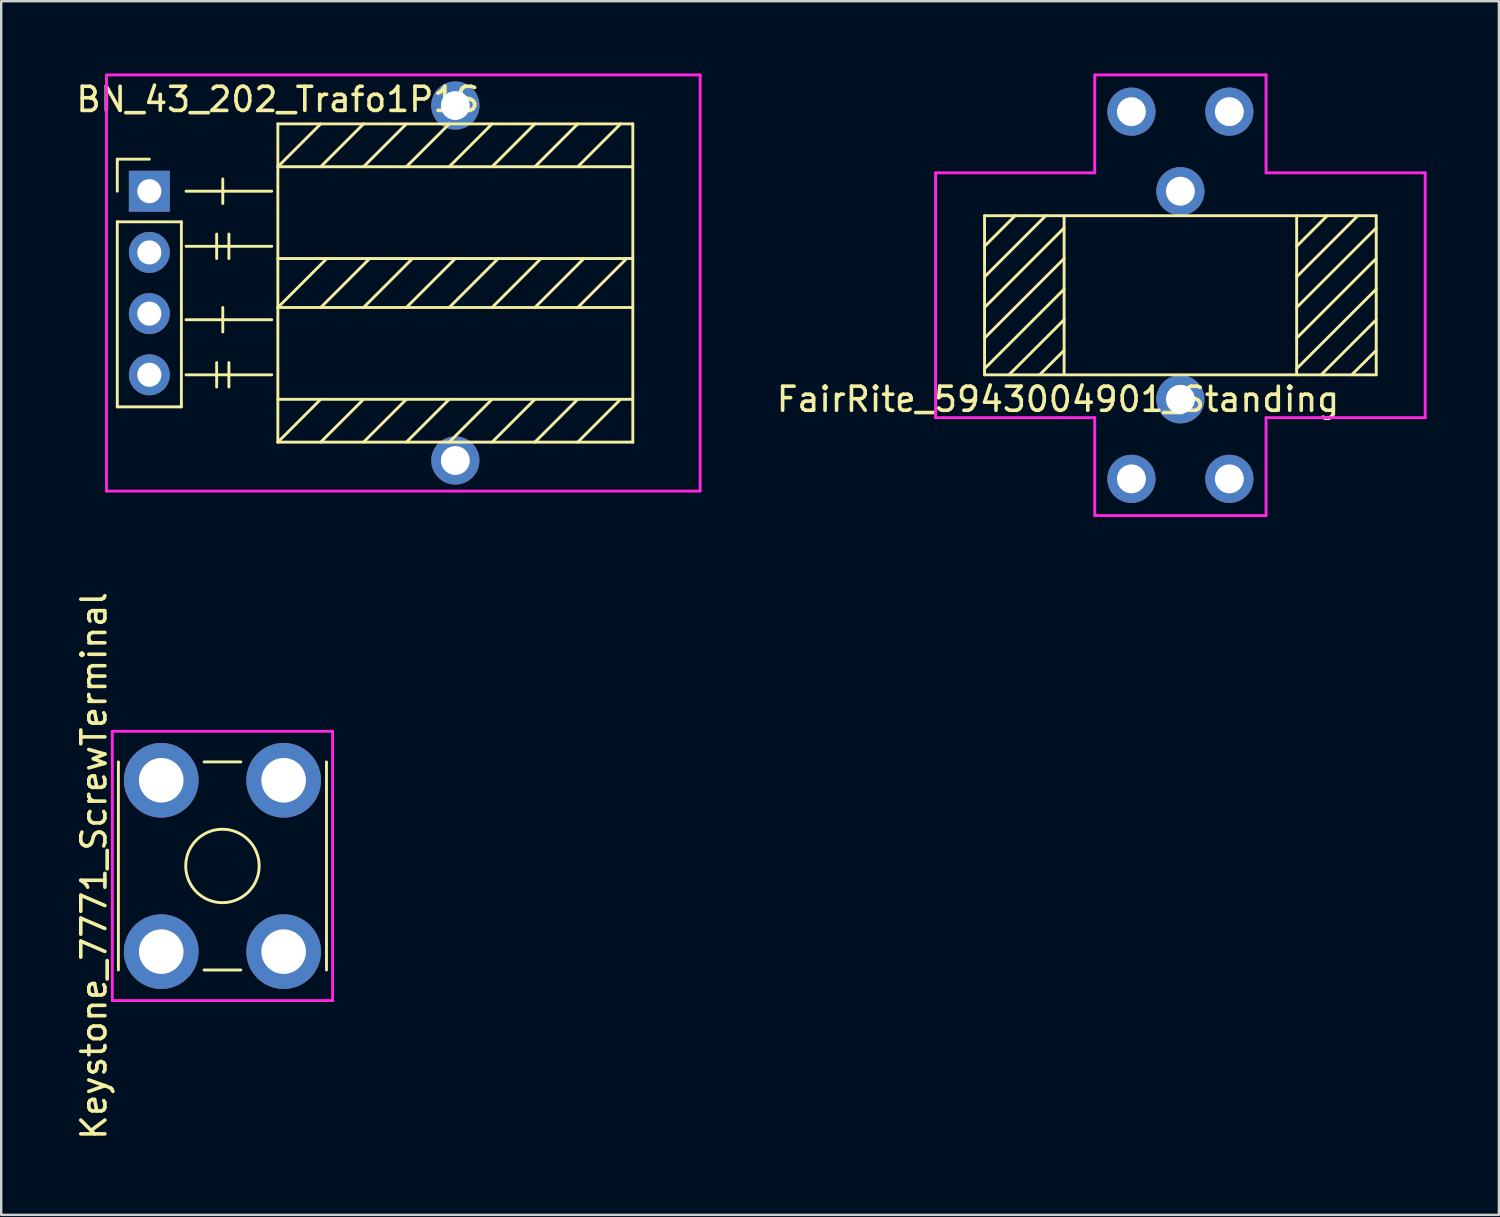
<source format=kicad_pcb>
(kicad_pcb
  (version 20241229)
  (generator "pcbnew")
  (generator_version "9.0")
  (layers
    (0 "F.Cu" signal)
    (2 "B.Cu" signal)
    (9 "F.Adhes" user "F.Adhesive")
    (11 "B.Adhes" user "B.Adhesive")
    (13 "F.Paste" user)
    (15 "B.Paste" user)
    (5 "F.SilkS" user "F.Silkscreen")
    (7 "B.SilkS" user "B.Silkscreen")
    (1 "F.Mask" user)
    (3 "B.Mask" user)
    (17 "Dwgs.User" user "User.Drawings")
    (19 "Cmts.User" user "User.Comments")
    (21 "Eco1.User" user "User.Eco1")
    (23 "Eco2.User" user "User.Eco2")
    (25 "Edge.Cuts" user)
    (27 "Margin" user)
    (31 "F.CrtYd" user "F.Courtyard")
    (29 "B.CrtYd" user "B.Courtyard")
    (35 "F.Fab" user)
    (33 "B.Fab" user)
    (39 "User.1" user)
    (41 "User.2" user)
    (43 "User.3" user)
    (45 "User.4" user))
  (footprint "FairRite_5943004901_Standing"
    (layer "F.Cu")
    (at 45.94 9.204)
    (property "Reference" "FairRite_5943004901_Standing" (at -5.08 4.318 0) (layer "F.SilkS") (effects (font (size 1 1) (thickness 0.15))))
    (attr through_hole)
    (fp_line (start -8.128 -3.302) (end 8.128 -3.302) (stroke (width 0.12) (type solid)) (layer "F.SilkS"))
    (fp_line (start -8.128 0) (end -8.128 -3.302) (stroke (width 0.12) (type solid)) (layer "F.SilkS"))
    (fp_line (start -8.128 0.508) (end -4.826 -2.794) (stroke (width 0.12) (type solid)) (layer "F.SilkS"))
    (fp_line (start -8.128 1.778) (end -4.826 -1.524) (stroke (width 0.12) (type solid)) (layer "F.SilkS"))
    (fp_line (start -8.128 3.048) (end -4.826 -0.254) (stroke (width 0.12) (type solid)) (layer "F.SilkS"))
    (fp_line (start -8.128 3.302) (end -8.128 0) (stroke (width 0.12) (type solid)) (layer "F.SilkS"))
    (fp_line (start -6.858 -3.302) (end -8.128 -2.032) (stroke (width 0.12) (type solid)) (layer "F.SilkS"))
    (fp_line (start -5.842 3.302) (end -4.826 2.286) (stroke (width 0.12) (type solid)) (layer "F.SilkS"))
    (fp_line (start -5.588 -3.302) (end -8.128 -0.762) (stroke (width 0.12) (type solid)) (layer "F.SilkS"))
    (fp_line (start -4.826 -3.302) (end -4.826 3.302) (stroke (width 0.12) (type solid)) (layer "F.SilkS"))
    (fp_line (start -4.826 1.016) (end -7.112 3.302) (stroke (width 0.12) (type solid)) (layer "F.SilkS"))
    (fp_line (start 4.826 -3.302) (end 4.826 3.302) (stroke (width 0.12) (type solid)) (layer "F.SilkS"))
    (fp_line (start 4.826 0.508) (end 8.128 -2.794) (stroke (width 0.12) (type solid)) (layer "F.SilkS"))
    (fp_line (start 4.826 1.778) (end 8.128 -1.524) (stroke (width 0.12) (type solid)) (layer "F.SilkS"))
    (fp_line (start 4.826 3.048) (end 8.128 -0.254) (stroke (width 0.12) (type solid)) (layer "F.SilkS"))
    (fp_line (start 6.096 -3.302) (end 4.826 -2.032) (stroke (width 0.12) (type solid)) (layer "F.SilkS"))
    (fp_line (start 7.112 3.302) (end 8.128 2.286) (stroke (width 0.12) (type solid)) (layer "F.SilkS"))
    (fp_line (start 7.366 -3.302) (end 4.826 -0.762) (stroke (width 0.12) (type solid)) (layer "F.SilkS"))
    (fp_line (start 8.128 -3.302) (end 8.128 3.302) (stroke (width 0.12) (type solid)) (layer "F.SilkS"))
    (fp_line (start 8.128 1.016) (end 5.842 3.302) (stroke (width 0.12) (type solid)) (layer "F.SilkS"))
    (fp_line (start 8.128 3.302) (end -8.128 3.302) (stroke (width 0.12) (type solid)) (layer "F.SilkS"))
    (fp_line (start -10.16 -5.08) (end -10.16 5.08) (stroke (width 0.12) (type solid)) (layer "F.CrtYd"))
    (fp_line (start -10.16 5.08) (end -5.08 5.08) (stroke (width 0.12) (type solid)) (layer "F.CrtYd"))
    (fp_line (start -5.08 5.08) (end -3.556 5.08) (stroke (width 0.12) (type solid)) (layer "F.CrtYd"))
    (fp_line (start -3.556 -9.144) (end -3.556 -5.08) (stroke (width 0.12) (type solid)) (layer "F.CrtYd"))
    (fp_line (start -3.556 -5.08) (end -10.16 -5.08) (stroke (width 0.12) (type solid)) (layer "F.CrtYd"))
    (fp_line (start -3.556 5.08) (end -3.556 9.144) (stroke (width 0.12) (type solid)) (layer "F.CrtYd"))
    (fp_line (start -3.556 9.144) (end 3.556 9.144) (stroke (width 0.12) (type solid)) (layer "F.CrtYd"))
    (fp_line (start 3.556 -9.144) (end -3.556 -9.144) (stroke (width 0.12) (type solid)) (layer "F.CrtYd"))
    (fp_line (start 3.556 -5.08) (end 3.556 -9.144) (stroke (width 0.12) (type solid)) (layer "F.CrtYd"))
    (fp_line (start 3.556 5.08) (end 10.16 5.08) (stroke (width 0.12) (type solid)) (layer "F.CrtYd"))
    (fp_line (start 3.556 9.144) (end 3.556 5.08) (stroke (width 0.12) (type solid)) (layer "F.CrtYd"))
    (fp_line (start 10.16 -5.08) (end 3.556 -5.08) (stroke (width 0.12) (type solid)) (layer "F.CrtYd"))
    (fp_line (start 10.16 5.08) (end 10.16 -5.08) (stroke (width 0.12) (type solid)) (layer "F.CrtYd"))
    (pad "1" thru_hole circle (at -2.032 -7.62) (size 2 2) (drill 1.2) (layers "*.Cu" "*.Mask"))
    (pad "2" thru_hole circle (at -2.032 7.62) (size 2 2) (drill 1.2) (layers "*.Cu" "*.Mask"))
    (pad "3" thru_hole circle (at 2.032 7.62) (size 2 2) (drill 1.2) (layers "*.Cu" "*.Mask"))
    (pad "4" thru_hole circle (at 2.032 -7.62) (size 2 2) (drill 1.2) (layers "*.Cu" "*.Mask"))
    (pad "~" thru_hole circle (at 0 -4.318) (size 2 2) (drill 1.2) (layers "*.Cu" "*.Mask"))
    (pad "~" thru_hole circle (at 0 4.318) (size 2 2) (drill 1.2) (layers "*.Cu" "*.Mask")))
  (footprint "BN_43_202_Trafo1P1S"
    (layer "F.Cu")
    (at 15.848 8.696)
    (property "Reference" "BN_43_202_Trafo1P1S" (at -7.366 -7.62 0) (layer "F.SilkS") (effects (font (size 1 1) (thickness 0.15))))
    (attr through_hole)
    (fp_line (start -14.03 -5.14) (end -12.7 -5.14) (stroke (width 0.12) (type solid)) (layer "F.SilkS"))
    (fp_line (start -14.03 -3.81) (end -14.03 -5.14) (stroke (width 0.12) (type solid)) (layer "F.SilkS"))
    (fp_line (start -14.03 -2.54) (end -14.03 5.14) (stroke (width 0.12) (type solid)) (layer "F.SilkS"))
    (fp_line (start -14.03 -2.54) (end -11.37 -2.54) (stroke (width 0.12) (type solid)) (layer "F.SilkS"))
    (fp_line (start -14.03 5.14) (end -11.37 5.14) (stroke (width 0.12) (type solid)) (layer "F.SilkS"))
    (fp_line (start -11.37 -2.54) (end -11.37 5.14) (stroke (width 0.12) (type solid)) (layer "F.SilkS"))
    (fp_line (start -11.176 -3.81) (end -7.62 -3.81) (stroke (width 0.12) (type solid)) (layer "F.SilkS"))
    (fp_line (start -11.176 -1.524) (end -7.62 -1.524) (stroke (width 0.12) (type solid)) (layer "F.SilkS"))
    (fp_line (start -11.176 1.524) (end -7.62 1.524) (stroke (width 0.12) (type solid)) (layer "F.SilkS"))
    (fp_line (start -11.176 3.81) (end -7.62 3.81) (stroke (width 0.12) (type solid)) (layer "F.SilkS"))
    (fp_line (start -9.906 -2.032) (end -9.906 -1.016) (stroke (width 0.12) (type solid)) (layer "F.SilkS"))
    (fp_line (start -9.906 3.302) (end -9.906 4.318) (stroke (width 0.12) (type solid)) (layer "F.SilkS"))
    (fp_line (start -9.652 -4.318) (end -9.652 -3.302) (stroke (width 0.12) (type solid)) (layer "F.SilkS"))
    (fp_line (start -9.652 1.016) (end -9.652 2.032) (stroke (width 0.12) (type solid)) (layer "F.SilkS"))
    (fp_line (start -9.398 -2.032) (end -9.398 -1.016) (stroke (width 0.12) (type solid)) (layer "F.SilkS"))
    (fp_line (start -9.398 3.302) (end -9.398 4.318) (stroke (width 0.12) (type solid)) (layer "F.SilkS"))
    (fp_line (start -7.366 -6.604) (end 7.366 -6.604) (stroke (width 0.12) (type solid)) (layer "F.SilkS"))
    (fp_line (start -7.366 -4.826) (end -5.588 -6.604) (stroke (width 0.12) (type solid)) (layer "F.SilkS"))
    (fp_line (start -7.366 -4.826) (end 7.366 -4.826) (stroke (width 0.12) (type solid)) (layer "F.SilkS"))
    (fp_line (start -7.366 -1.016) (end 7.366 -1.016) (stroke (width 0.12) (type solid)) (layer "F.SilkS"))
    (fp_line (start -7.366 1.016) (end -5.334 -1.016) (stroke (width 0.12) (type solid)) (layer "F.SilkS"))
    (fp_line (start -7.366 4.826) (end 7.366 4.826) (stroke (width 0.12) (type solid)) (layer "F.SilkS"))
    (fp_line (start -7.366 6.604) (end -7.366 -6.604) (stroke (width 0.12) (type solid)) (layer "F.SilkS"))
    (fp_line (start -7.366 6.604) (end -5.588 4.826) (stroke (width 0.12) (type solid)) (layer "F.SilkS"))
    (fp_line (start -5.588 -4.826) (end -3.81 -6.604) (stroke (width 0.12) (type solid)) (layer "F.SilkS"))
    (fp_line (start -5.588 1.016) (end -3.556 -1.016) (stroke (width 0.12) (type solid)) (layer "F.SilkS"))
    (fp_line (start -5.588 6.604) (end -3.81 4.826) (stroke (width 0.12) (type solid)) (layer "F.SilkS"))
    (fp_line (start -3.81 -4.826) (end -2.032 -6.604) (stroke (width 0.12) (type solid)) (layer "F.SilkS"))
    (fp_line (start -3.81 1.016) (end -1.778 -1.016) (stroke (width 0.12) (type solid)) (layer "F.SilkS"))
    (fp_line (start -3.81 6.604) (end -2.032 4.826) (stroke (width 0.12) (type solid)) (layer "F.SilkS"))
    (fp_line (start -2.032 -4.826) (end -0.254 -6.604) (stroke (width 0.12) (type solid)) (layer "F.SilkS"))
    (fp_line (start -2.032 1.016) (end 0 -1.016) (stroke (width 0.12) (type solid)) (layer "F.SilkS"))
    (fp_line (start -2.032 6.604) (end -0.254 4.826) (stroke (width 0.12) (type solid)) (layer "F.SilkS"))
    (fp_line (start -0.254 -4.826) (end 1.524 -6.604) (stroke (width 0.12) (type solid)) (layer "F.SilkS"))
    (fp_line (start -0.254 1.016) (end 1.778 -1.016) (stroke (width 0.12) (type solid)) (layer "F.SilkS"))
    (fp_line (start -0.254 6.604) (end 1.524 4.826) (stroke (width 0.12) (type solid)) (layer "F.SilkS"))
    (fp_line (start 1.524 -4.826) (end 3.302 -6.604) (stroke (width 0.12) (type solid)) (layer "F.SilkS"))
    (fp_line (start 1.524 1.016) (end 3.556 -1.016) (stroke (width 0.12) (type solid)) (layer "F.SilkS"))
    (fp_line (start 1.524 6.604) (end 3.302 4.826) (stroke (width 0.12) (type solid)) (layer "F.SilkS"))
    (fp_line (start 3.302 -4.826) (end 5.08 -6.604) (stroke (width 0.12) (type solid)) (layer "F.SilkS"))
    (fp_line (start 3.302 1.016) (end 5.334 -1.016) (stroke (width 0.12) (type solid)) (layer "F.SilkS"))
    (fp_line (start 3.302 6.604) (end 5.08 4.826) (stroke (width 0.12) (type solid)) (layer "F.SilkS"))
    (fp_line (start 5.08 -4.826) (end 6.858 -6.604) (stroke (width 0.12) (type solid)) (layer "F.SilkS"))
    (fp_line (start 5.08 1.016) (end 7.112 -1.016) (stroke (width 0.12) (type solid)) (layer "F.SilkS"))
    (fp_line (start 5.08 6.604) (end 6.858 4.826) (stroke (width 0.12) (type solid)) (layer "F.SilkS"))
    (fp_line (start 7.366 -6.604) (end 7.366 6.604) (stroke (width 0.12) (type solid)) (layer "F.SilkS"))
    (fp_line (start 7.366 1.016) (end -7.366 1.016) (stroke (width 0.12) (type solid)) (layer "F.SilkS"))
    (fp_line (start 7.366 6.604) (end -7.366 6.604) (stroke (width 0.12) (type solid)) (layer "F.SilkS"))
    (fp_line (start -14.478 -8.636) (end 10.16 -8.636) (stroke (width 0.12) (type solid)) (layer "F.CrtYd"))
    (fp_line (start -14.478 8.636) (end -14.478 -8.636) (stroke (width 0.12) (type solid)) (layer "F.CrtYd"))
    (fp_line (start 10.16 -8.636) (end 10.16 8.636) (stroke (width 0.12) (type solid)) (layer "F.CrtYd"))
    (fp_line (start 10.16 8.636) (end -14.478 8.636) (stroke (width 0.12) (type solid)) (layer "F.CrtYd"))
    (pad "1" thru_hole rect (at -12.7 -3.81) (size 1.7 1.7) (drill 1) (layers "*.Cu" "*.Mask"))
    (pad "2" thru_hole oval (at -12.7 -1.27) (size 1.7 1.7) (drill 1) (layers "*.Cu" "*.Mask"))
    (pad "3" thru_hole oval (at -12.7 3.81) (size 1.7 1.7) (drill 1) (layers "*.Cu" "*.Mask"))
    (pad "4" thru_hole oval (at -12.7 1.27) (size 1.7 1.7) (drill 1) (layers "*.Cu" "*.Mask"))
    (pad "~" thru_hole circle (at 0 -7.366) (size 2 2) (drill 1.2) (layers "*.Cu" "*.Mask"))
    (pad "~" thru_hole circle (at 0 7.366) (size 2 2) (drill 1.2) (layers "*.Cu" "*.Mask")))
  (footprint "Keystone_7771_ScrewTerminal"
    (layer "F.Cu")
    (at 6.182 32.89)
    (property "Reference" "Keystone_7771_ScrewTerminal" (at -5.334 0 90) (layer "F.SilkS") (effects (font (size 1 1) (thickness 0.15))))
    (attr through_hole)
    (fp_line (start -4.318 -4.318) (end -4.318 4.318) (stroke (width 0.12) (type solid)) (layer "F.SilkS"))
    (fp_line (start -0.762 -4.318) (end 0.762 -4.318) (stroke (width 0.12) (type solid)) (layer "F.SilkS"))
    (fp_line (start -0.762 4.318) (end 0.762 4.318) (stroke (width 0.12) (type solid)) (layer "F.SilkS"))
    (fp_line (start 4.318 4.318) (end 4.318 -4.318) (stroke (width 0.12) (type solid)) (layer "F.SilkS"))
    (fp_circle (center 0 0) (end 1.524 0) (stroke (width 0.12) (type solid)) (fill no) (layer "F.SilkS"))
    (fp_line (start -4.572 -5.588) (end 4.572 -5.588) (stroke (width 0.12) (type solid)) (layer "F.CrtYd"))
    (fp_line (start -4.572 5.588) (end -4.572 -5.588) (stroke (width 0.12) (type solid)) (layer "F.CrtYd"))
    (fp_line (start 4.572 -5.588) (end 4.572 5.588) (stroke (width 0.12) (type solid)) (layer "F.CrtYd"))
    (fp_line (start 4.572 5.588) (end -4.572 5.588) (stroke (width 0.12) (type solid)) (layer "F.CrtYd"))
    (pad "1" thru_hole circle (at -2.54 -3.556) (size 3.1 3.1) (drill 1.85) (layers "*.Cu" "*.Mask"))
    (pad "1" thru_hole circle (at -2.54 3.556) (size 3.1 3.1) (drill 1.85) (layers "*.Cu" "*.Mask"))
    (pad "1" thru_hole circle (at 2.54 -3.556) (size 3.1 3.1) (drill 1.85) (layers "*.Cu" "*.Mask"))
    (pad "1" thru_hole circle (at 2.54 3.556) (size 3.1 3.1) (drill 1.85) (layers "*.Cu" "*.Mask")))
  (gr_rect
    (start -3 -3)
    (end 59.16 47.372)
    (stroke (width 0.1) (type default))
    (fill no)
    (layer "Edge.Cuts")))
</source>
